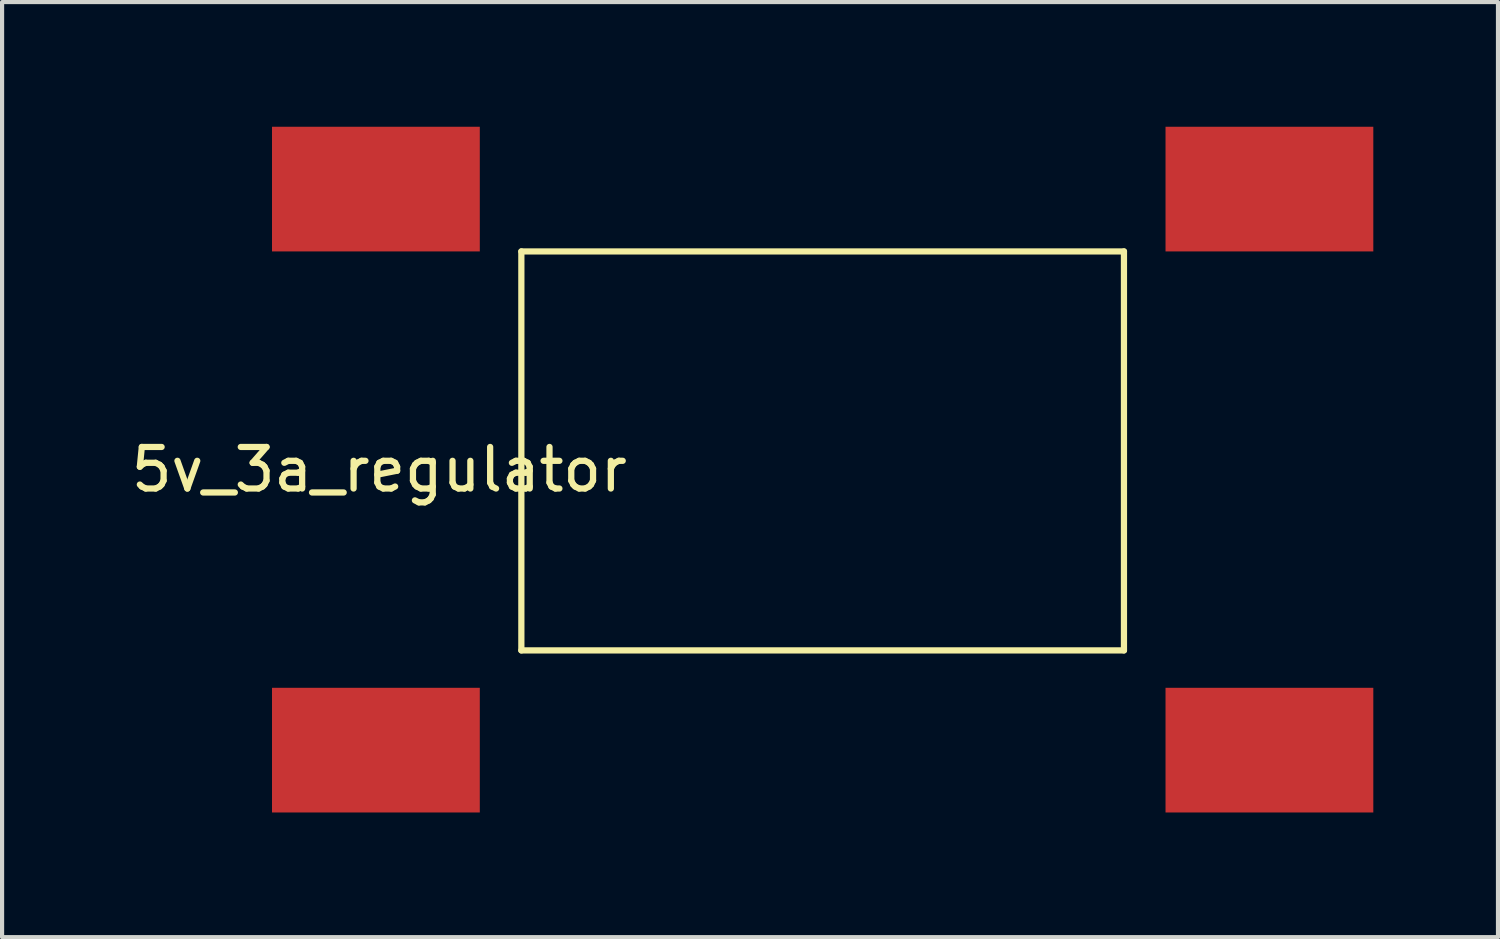
<source format=kicad_pcb>
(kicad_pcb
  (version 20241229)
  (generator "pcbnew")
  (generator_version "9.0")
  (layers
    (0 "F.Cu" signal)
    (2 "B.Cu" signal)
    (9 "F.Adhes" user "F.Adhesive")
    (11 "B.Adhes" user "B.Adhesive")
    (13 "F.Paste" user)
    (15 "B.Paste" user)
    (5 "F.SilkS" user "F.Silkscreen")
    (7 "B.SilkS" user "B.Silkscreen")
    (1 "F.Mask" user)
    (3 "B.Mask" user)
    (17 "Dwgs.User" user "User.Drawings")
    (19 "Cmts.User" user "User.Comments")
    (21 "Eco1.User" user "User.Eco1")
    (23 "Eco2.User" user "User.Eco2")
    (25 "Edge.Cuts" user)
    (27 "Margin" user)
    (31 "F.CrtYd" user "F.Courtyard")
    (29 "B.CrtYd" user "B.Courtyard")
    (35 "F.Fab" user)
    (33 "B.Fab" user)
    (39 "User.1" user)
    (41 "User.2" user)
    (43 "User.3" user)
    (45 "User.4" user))
  (footprint "5v_3a_regulator"
    (layer "F.Cu")
    (at 16.745 8.25)
    (property "Reference" "5v_3a_regulator" (at -10.668 0 0) (layer "F.SilkS") (effects (font (size 1 1) (thickness 0.15))))
    (attr through_hole)
    (fp_line (start -7.25 -5.25) (end -7.25 4.35) (stroke (width 0.15) (type solid)) (layer "F.SilkS"))
    (fp_line (start -7.25 -5.25) (end 7.25 -5.25) (stroke (width 0.15) (type solid)) (layer "F.SilkS"))
    (fp_line (start -7.25 4.35) (end 7.25 4.35) (stroke (width 0.15) (type solid)) (layer "F.SilkS"))
    (fp_line (start 7.25 -5.25) (end 7.25 4.35) (stroke (width 0.15) (type solid)) (layer "F.SilkS"))
    (fp_line (start -7 -5) (end 7 -5) (stroke (width 0.001) (type solid)) (layer "Eco1.User"))
    (fp_line (start -7 4.1) (end -7 -5) (stroke (width 0.001) (type solid)) (layer "Eco1.User"))
    (fp_line (start 7 -5) (end 7 4.1) (stroke (width 0.001) (type solid)) (layer "Eco1.User"))
    (fp_line (start 7 4.1) (end -7 4.1) (stroke (width 0.001) (type solid)) (layer "Eco1.User"))
    (pad "1" smd rect (at -10.75 -6.75) (size 5 3) (layers "F.Cu" "F.Mask" "F.Paste"))
    (pad "2" smd rect (at -10.75 6.75) (size 5 3) (layers "F.Cu" "F.Mask" "F.Paste"))
    (pad "2" smd rect (at 10.75 6.75) (size 5 3) (layers "F.Cu" "F.Mask" "F.Paste"))
    (pad "3" smd rect (at 10.75 -6.75) (size 5 3) (layers "F.Cu" "F.Mask" "F.Paste")))
  (gr_rect
    (start -3 -3)
    (end 32.995 19.5)
    (stroke (width 0.1) (type default))
    (fill no)
    (layer "Edge.Cuts")))
</source>
